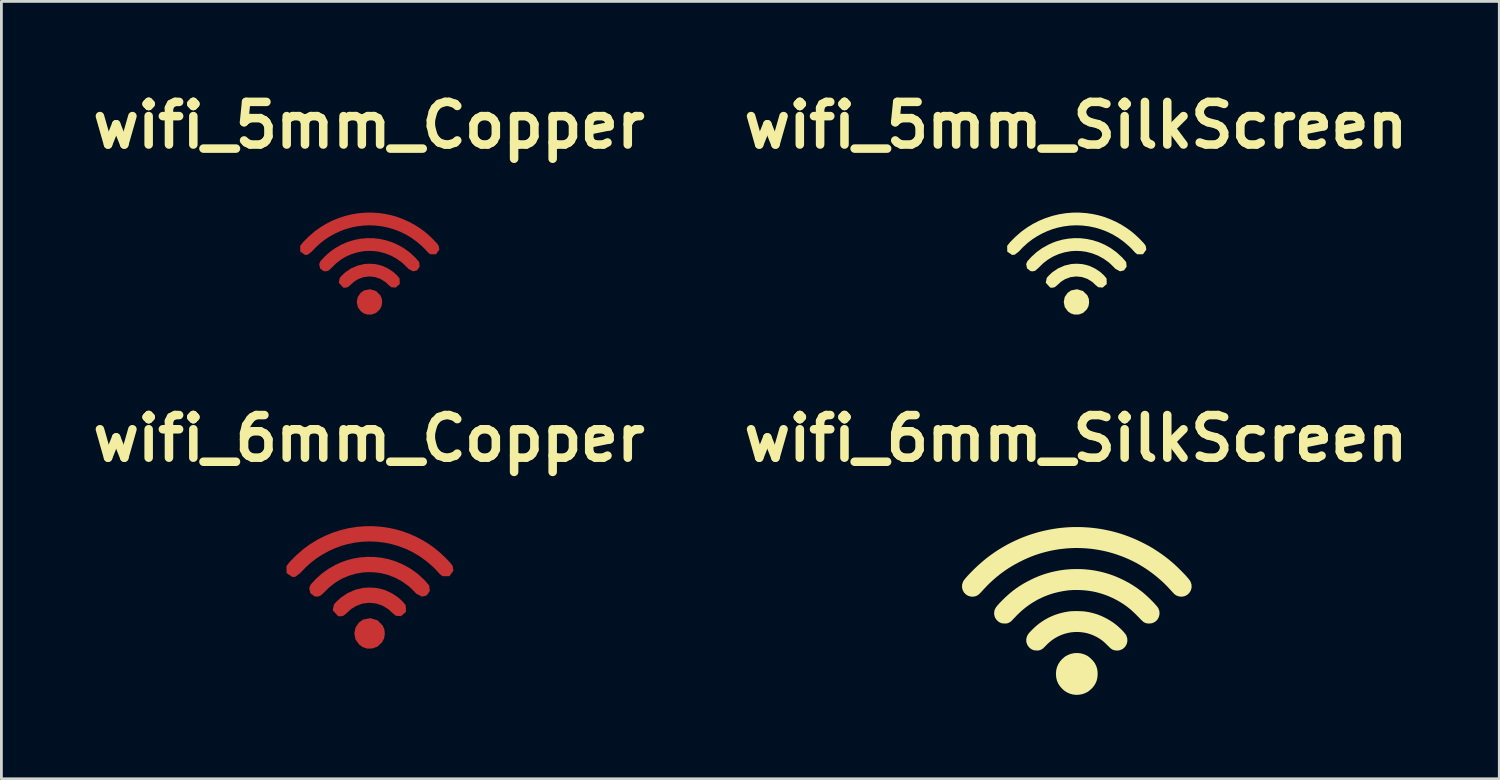
<source format=kicad_pcb>
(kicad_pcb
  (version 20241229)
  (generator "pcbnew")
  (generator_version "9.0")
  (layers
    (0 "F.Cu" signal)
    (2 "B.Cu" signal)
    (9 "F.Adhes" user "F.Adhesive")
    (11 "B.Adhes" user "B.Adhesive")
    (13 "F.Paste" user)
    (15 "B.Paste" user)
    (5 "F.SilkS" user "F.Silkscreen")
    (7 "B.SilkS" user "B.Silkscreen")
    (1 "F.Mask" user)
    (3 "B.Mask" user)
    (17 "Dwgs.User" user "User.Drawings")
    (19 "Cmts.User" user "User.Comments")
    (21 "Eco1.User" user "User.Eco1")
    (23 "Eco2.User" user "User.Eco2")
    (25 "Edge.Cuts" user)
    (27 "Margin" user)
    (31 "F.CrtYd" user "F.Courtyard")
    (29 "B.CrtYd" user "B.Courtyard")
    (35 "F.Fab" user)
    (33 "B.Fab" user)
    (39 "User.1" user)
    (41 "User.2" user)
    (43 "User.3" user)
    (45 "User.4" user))
  (footprint "wifi_6mm_SilkScreen"
    (layer "F.Cu")
    (at 35.41 18.739)
    (property "Reference" "wifi_6mm_SilkScreen" (at 0 -6.118 0) (layer "F.SilkS") (effects (font (size 1.524 1.524) (thickness 0.305))))
    (attr exclude_from_pos_files exclude_from_bom)
    (fp_poly (pts (xy -0.098 3.039) (xy -0.203 3.012) (xy -0.301 2.971) (xy -0.393 2.916) (xy -0.477 2.846) (xy -0.563 2.753) (xy -0.63 2.652) (xy -0.677 2.544) (xy -0.705 2.427) (xy -0.714 2.301) (xy -0.705 2.177) (xy -0.678 2.062) (xy -0.632 1.955) (xy -0.568 1.855) (xy -0.486 1.764) (xy -0.387 1.68) (xy -0.283 1.622) (xy -0.169 1.58) (xy -0.05 1.557) (xy 0.07 1.554) (xy 0.189 1.569) (xy 0.306 1.604) (xy 0.418 1.658) (xy 0.507 1.727) (xy 0.605 1.824) (xy 0.674 1.915) (xy 0.725 2.016) (xy 0.758 2.114) (xy 0.774 2.218) (xy 0.776 2.334) (xy 0.765 2.447) (xy 0.74 2.548) (xy 0.699 2.643) (xy 0.64 2.738) (xy 0.576 2.812) (xy 0.494 2.888) (xy 0.417 2.945) (xy 0.321 2.992) (xy 0.218 3.026) (xy 0.113 3.045) (xy 0.006 3.05) (xy -0.098 3.039)) (stroke (width 0) (type solid)) (fill yes) (layer "F.SilkS"))
    (fp_poly (pts (xy -1.511 1.454) (xy -1.603 1.411) (xy -1.68 1.345) (xy -1.737 1.263) (xy -1.771 1.167) (xy -1.776 1.071) (xy -1.755 0.972) (xy -1.711 0.883) (xy -1.657 0.818) (xy -1.572 0.729) (xy -1.477 0.637) (xy -1.391 0.561) (xy -1.292 0.484) (xy -1.19 0.414) (xy -1.086 0.349) (xy -0.978 0.291) (xy -0.867 0.239) (xy -0.754 0.193) (xy -0.637 0.154) (xy -0.516 0.12) (xy -0.393 0.092) (xy -0.265 0.07) (xy -0.158 0.059) (xy -0.027 0.055) (xy 0.113 0.056) (xy 0.245 0.062) (xy 0.355 0.074) (xy 0.468 0.094) (xy 0.583 0.12) (xy 0.694 0.151) (xy 0.795 0.184) (xy 0.902 0.227) (xy 1.014 0.279) (xy 1.126 0.338) (xy 1.235 0.402) (xy 1.337 0.469) (xy 1.428 0.537) (xy 1.523 0.617) (xy 1.615 0.704) (xy 1.697 0.789) (xy 1.761 0.865) (xy 1.801 0.924) (xy 1.836 1.033) (xy 1.839 1.142) (xy 1.81 1.246) (xy 1.755 1.337) (xy 1.674 1.409) (xy 1.571 1.454) (xy 1.483 1.467) (xy 1.393 1.46) (xy 1.311 1.434) (xy 1.241 1.389) (xy 1.135 1.286) (xy 1.034 1.188) (xy 0.959 1.121) (xy 0.858 1.049) (xy 0.753 0.986) (xy 0.645 0.932) (xy 0.533 0.887) (xy 0.418 0.851) (xy 0.302 0.825) (xy 0.184 0.809) (xy 0.065 0.801) (xy -0.055 0.804) (xy -0.174 0.815) (xy -0.292 0.837) (xy -0.408 0.868) (xy -0.523 0.909) (xy -0.634 0.959) (xy -0.736 1.015) (xy -0.831 1.076) (xy -0.92 1.145) (xy -1.007 1.222) (xy -1.094 1.311) (xy -1.173 1.389) (xy -1.24 1.431) (xy -1.307 1.458) (xy -1.388 1.465) (xy -1.511 1.454)) (stroke (width 0) (type solid)) (fill yes) (layer "F.SilkS"))
    (fp_poly (pts (xy -2.66 0.49) (xy -2.758 0.442) (xy -2.837 0.371) (xy -2.893 0.282) (xy -2.922 0.181) (xy -2.92 0.075) (xy -2.903 0.008) (xy -2.872 -0.057) (xy -2.818 -0.131) (xy -2.734 -0.226) (xy -2.609 -0.353) (xy -2.519 -0.441) (xy -2.428 -0.524) (xy -2.336 -0.603) (xy -2.244 -0.677) (xy -2.149 -0.748) (xy -2.053 -0.815) (xy -1.953 -0.879) (xy -1.85 -0.94) (xy -1.743 -0.999) (xy -1.632 -1.056) (xy -1.523 -1.109) (xy -1.427 -1.152) (xy -1.336 -1.19) (xy -1.243 -1.225) (xy -1.141 -1.261) (xy -1.021 -1.298) (xy -0.9 -1.332) (xy -0.777 -1.361) (xy -0.653 -1.386) (xy -0.528 -1.407) (xy -0.403 -1.424) (xy -0.276 -1.436) (xy -0.15 -1.444) (xy -0.023 -1.448) (xy 0.104 -1.448) (xy 0.231 -1.444) (xy 0.357 -1.435) (xy 0.483 -1.422) (xy 0.609 -1.405) (xy 0.733 -1.383) (xy 0.857 -1.358) (xy 0.98 -1.328) (xy 1.103 -1.293) (xy 1.221 -1.256) (xy 1.336 -1.215) (xy 1.45 -1.17) (xy 1.566 -1.119) (xy 1.688 -1.061) (xy 1.798 -1.004) (xy 1.902 -0.948) (xy 2.001 -0.889) (xy 2.098 -0.827) (xy 2.194 -0.762) (xy 2.29 -0.691) (xy 2.388 -0.615) (xy 2.478 -0.538) (xy 2.577 -0.448) (xy 2.677 -0.352) (xy 2.771 -0.256) (xy 2.852 -0.167) (xy 2.914 -0.094) (xy 2.95 -0.042) (xy 2.985 0.064) (xy 2.988 0.173) (xy 2.96 0.278) (xy 2.905 0.371) (xy 2.823 0.444) (xy 2.716 0.491) (xy 2.592 0.501) (xy 2.495 0.486) (xy 2.413 0.443) (xy 2.325 0.361) (xy 2.239 0.271) (xy 2.153 0.184) (xy 2.07 0.104) (xy 1.996 0.035) (xy 1.934 -0.019) (xy 1.836 -0.096) (xy 1.734 -0.17) (xy 1.629 -0.239) (xy 1.522 -0.303) (xy 1.413 -0.363) (xy 1.301 -0.418) (xy 1.186 -0.469) (xy 1.07 -0.515) (xy 0.952 -0.556) (xy 0.833 -0.592) (xy 0.712 -0.623) (xy 0.59 -0.649) (xy 0.469 -0.668) (xy 0.341 -0.684) (xy 0.209 -0.694) (xy 0.077 -0.699) (xy -0.052 -0.699) (xy -0.175 -0.694) (xy -0.29 -0.684) (xy -0.415 -0.666) (xy -0.539 -0.644) (xy -0.66 -0.618) (xy -0.778 -0.588) (xy -0.895 -0.553) (xy -1.009 -0.513) (xy -1.121 -0.469) (xy -1.23 -0.421) (xy -1.338 -0.369) (xy -1.443 -0.311) (xy -1.546 -0.25) (xy -1.646 -0.184) (xy -1.745 -0.114) (xy -1.841 -0.039) (xy -1.935 0.04) (xy -2.027 0.124) (xy -2.117 0.212) (xy -2.204 0.304) (xy -2.315 0.419) (xy -2.388 0.467) (xy -2.455 0.494) (xy -2.536 0.501) (xy -2.66 0.49)) (stroke (width 0) (type solid)) (fill yes) (layer "F.SilkS"))
    (fp_poly (pts (xy -3.749 -0.462) (xy -3.85 -0.489) (xy -3.935 -0.541) (xy -4.002 -0.612) (xy -4.048 -0.697) (xy -4.071 -0.793) (xy -4.068 -0.893) (xy -4.036 -0.994) (xy -4.006 -1.044) (xy -3.955 -1.109) (xy -3.887 -1.188) (xy -3.805 -1.276) (xy -3.713 -1.371) (xy -3.612 -1.47) (xy -3.507 -1.569) (xy -3.4 -1.665) (xy -3.295 -1.755) (xy -3.195 -1.836) (xy -3.093 -1.914) (xy -2.989 -1.989) (xy -2.884 -2.062) (xy -2.777 -2.132) (xy -2.669 -2.199) (xy -2.559 -2.263) (xy -2.448 -2.325) (xy -2.335 -2.383) (xy -2.222 -2.439) (xy -2.107 -2.492) (xy -1.991 -2.543) (xy -1.873 -2.59) (xy -1.755 -2.635) (xy -1.636 -2.676) (xy -1.516 -2.715) (xy -1.395 -2.751) (xy -1.273 -2.784) (xy -1.15 -2.814) (xy -1.027 -2.841) (xy -0.903 -2.865) (xy -0.779 -2.886) (xy -0.654 -2.905) (xy -0.528 -2.92) (xy -0.402 -2.932) (xy -0.276 -2.941) (xy -0.149 -2.947) (xy -0.022 -2.949) (xy 0.105 -2.949) (xy 0.232 -2.946) (xy 0.36 -2.939) (xy 0.487 -2.93) (xy 0.615 -2.917) (xy 0.746 -2.901) (xy 0.875 -2.882) (xy 1.003 -2.859) (xy 1.129 -2.834) (xy 1.253 -2.806) (xy 1.377 -2.775) (xy 1.499 -2.741) (xy 1.621 -2.704) (xy 1.742 -2.663) (xy 1.862 -2.619) (xy 1.982 -2.572) (xy 2.102 -2.522) (xy 2.222 -2.468) (xy 2.342 -2.41) (xy 2.456 -2.353) (xy 2.558 -2.299) (xy 2.653 -2.247) (xy 2.745 -2.192) (xy 2.839 -2.133) (xy 2.941 -2.066) (xy 3.05 -1.992) (xy 3.154 -1.917) (xy 3.253 -1.842) (xy 3.35 -1.764) (xy 3.445 -1.684) (xy 3.54 -1.599) (xy 3.636 -1.509) (xy 3.734 -1.413) (xy 3.848 -1.297) (xy 3.941 -1.198) (xy 4.014 -1.114) (xy 4.067 -1.047) (xy 4.098 -0.997) (xy 4.134 -0.887) (xy 4.134 -0.775) (xy 4.103 -0.674) (xy 4.049 -0.59) (xy 3.977 -0.524) (xy 3.892 -0.48) (xy 3.797 -0.46) (xy 3.697 -0.466) (xy 3.597 -0.499) (xy 3.535 -0.538) (xy 3.468 -0.606) (xy 3.342 -0.743) (xy 3.253 -0.838) (xy 3.182 -0.91) (xy 3.112 -0.977) (xy 3.012 -1.067) (xy 2.911 -1.154) (xy 2.808 -1.237) (xy 2.704 -1.317) (xy 2.599 -1.393) (xy 2.492 -1.466) (xy 2.383 -1.535) (xy 2.273 -1.601) (xy 2.161 -1.664) (xy 2.048 -1.723) (xy 1.932 -1.779) (xy 1.815 -1.831) (xy 1.696 -1.881) (xy 1.574 -1.927) (xy 1.451 -1.97) (xy 1.328 -2.009) (xy 1.203 -2.045) (xy 1.078 -2.077) (xy 0.952 -2.105) (xy 0.826 -2.129) (xy 0.699 -2.15) (xy 0.571 -2.168) (xy 0.444 -2.181) (xy 0.315 -2.191) (xy 0.187 -2.197) (xy 0.058 -2.2) (xy -0.07 -2.199) (xy -0.199 -2.194) (xy -0.327 -2.186) (xy -0.455 -2.173) (xy -0.583 -2.158) (xy -0.711 -2.138) (xy -0.838 -2.115) (xy -0.965 -2.088) (xy -1.091 -2.057) (xy -1.22 -2.022) (xy -1.344 -1.984) (xy -1.464 -1.944) (xy -1.583 -1.899) (xy -1.702 -1.85) (xy -1.824 -1.796) (xy -1.95 -1.735) (xy -2.066 -1.676) (xy -2.179 -1.615) (xy -2.288 -1.552) (xy -2.396 -1.486) (xy -2.5 -1.417) (xy -2.602 -1.345) (xy -2.703 -1.271) (xy -2.801 -1.193) (xy -2.897 -1.112) (xy -2.992 -1.028) (xy -3.086 -0.94) (xy -3.178 -0.849) (xy -3.269 -0.753) (xy -3.36 -0.654) (xy -3.451 -0.559) (xy -3.522 -0.504) (xy -3.594 -0.474) (xy -3.672 -0.46) (xy -3.749 -0.462)) (stroke (width 0) (type solid)) (fill yes) (layer "F.SilkS")))
  (footprint "wifi_6mm_Copper"
    (layer "F.Cu")
    (at 10.138 17.912)
    (property "Reference" "wifi_6mm_Copper" (at 0 -5.291 0) (layer "F.SilkS") (effects (font (size 1.524 1.524) (thickness 0.305))))
    (attr exclude_from_pos_files exclude_from_bom)
    (fp_poly (pts (xy -0.071 2.221) (xy -0.22 2.171) (xy -0.349 2.08) (xy -0.479 1.899) (xy -0.522 1.681) (xy -0.48 1.467) (xy -0.355 1.289) (xy -0.207 1.185) (xy 0.051 1.135) (xy 0.305 1.211) (xy 0.493 1.4) (xy 0.554 1.545) (xy 0.567 1.705) (xy 0.54 1.862) (xy 0.467 2) (xy 0.305 2.152) (xy 0.121 2.219) (xy -0.071 2.221)) (stroke (width 0) (type solid)) (fill yes) (layer "F.Cu"))
    (fp_poly (pts (xy -1.104 1.063) (xy -1.294 0.853) (xy -1.25 0.645) (xy -1.149 0.533) (xy -1.016 0.41) (xy -0.767 0.241) (xy -0.494 0.121) (xy -0.194 0.051) (xy 0.031 0.04) (xy 0.259 0.054) (xy 0.426 0.088) (xy 0.581 0.134) (xy 0.823 0.247) (xy 1.043 0.392) (xy 1.211 0.546) (xy 1.316 0.675) (xy 1.323 0.91) (xy 1.148 1.063) (xy 0.958 1.048) (xy 0.829 0.94) (xy 0.7 0.819) (xy 0.487 0.688) (xy 0.255 0.61) (xy 0.012 0.585) (xy -0.23 0.615) (xy -0.463 0.701) (xy -0.64 0.811) (xy -0.799 0.958) (xy -0.906 1.046) (xy -1.014 1.07) (xy -1.104 1.063)) (stroke (width 0) (type solid)) (fill yes) (layer "F.Cu"))
    (fp_poly (pts (xy -1.943 0.358) (xy -2.096 0.24) (xy -2.134 0.054) (xy -2.081 -0.068) (xy -1.906 -0.258) (xy -1.685 -0.459) (xy -1.452 -0.627) (xy -1.192 -0.772) (xy -1.009 -0.856) (xy -0.834 -0.921) (xy -0.583 -0.991) (xy -0.325 -1.036) (xy -0.063 -1.057) (xy 0.199 -1.053) (xy 0.46 -1.024) (xy 0.716 -0.97) (xy 0.976 -0.888) (xy 1.233 -0.775) (xy 1.498 -0.627) (xy 1.745 -0.449) (xy 1.991 -0.222) (xy 2.155 -0.031) (xy 2.176 0.166) (xy 2.062 0.325) (xy 1.894 0.366) (xy 1.699 0.264) (xy 1.542 0.104) (xy 1.413 -0.014) (xy 1.19 -0.174) (xy 0.95 -0.306) (xy 0.696 -0.406) (xy 0.431 -0.474) (xy 0.217 -0.502) (xy -0.007 -0.511) (xy -0.212 -0.5) (xy -0.482 -0.452) (xy -0.737 -0.375) (xy -0.978 -0.269) (xy -1.203 -0.135) (xy -1.414 0.029) (xy -1.61 0.222) (xy -1.745 0.341) (xy -1.853 0.366) (xy -1.943 0.358)) (stroke (width 0) (type solid)) (fill yes) (layer "F.Cu"))
    (fp_poly (pts (xy -2.739 -0.337) (xy -2.943 -0.477) (xy -2.949 -0.727) (xy -2.821 -0.889) (xy -2.588 -1.122) (xy -2.335 -1.342) (xy -2.092 -1.517) (xy -1.837 -1.672) (xy -1.573 -1.806) (xy -1.3 -1.919) (xy -1.019 -2.01) (xy -0.732 -2.08) (xy -0.441 -2.127) (xy -0.146 -2.152) (xy 0.151 -2.153) (xy 0.449 -2.131) (xy 0.714 -2.093) (xy 0.97 -2.037) (xy 1.22 -1.964) (xy 1.466 -1.872) (xy 1.711 -1.761) (xy 1.938 -1.642) (xy 2.149 -1.51) (xy 2.353 -1.364) (xy 2.54 -1.21) (xy 2.728 -1.032) (xy 2.908 -0.843) (xy 2.994 -0.729) (xy 3.021 -0.567) (xy 2.876 -0.365) (xy 2.629 -0.365) (xy 2.534 -0.442) (xy 2.377 -0.613) (xy 2.274 -0.714) (xy 2.052 -0.904) (xy 1.821 -1.071) (xy 1.579 -1.216) (xy 1.326 -1.338) (xy 1.06 -1.439) (xy 0.801 -1.514) (xy 0.537 -1.567) (xy 0.271 -1.598) (xy 0.002 -1.607) (xy -0.266 -1.595) (xy -0.533 -1.56) (xy -0.797 -1.503) (xy -1.011 -1.44) (xy -1.215 -1.364) (xy -1.425 -1.268) (xy -1.656 -1.143) (xy -1.872 -1.004) (xy -2.075 -0.848) (xy -2.268 -0.674) (xy -2.455 -0.478) (xy -2.626 -0.346) (xy -2.739 -0.337)) (stroke (width 0) (type solid)) (fill yes) (layer "F.Cu")))
  (footprint "wifi_5mm_Copper"
    (layer "F.Cu")
    (at 10.138 6.344)
    (property "Reference" "wifi_5mm_Copper" (at 0 -4.917 0) (layer "F.SilkS") (effects (font (size 1.524 1.524) (thickness 0.305))))
    (attr exclude_from_pos_files exclude_from_bom)
    (fp_poly (pts (xy -0.059 1.85) (xy -0.183 1.809) (xy -0.291 1.733) (xy -0.399 1.582) (xy -0.435 1.401) (xy -0.4 1.222) (xy -0.296 1.074) (xy -0.173 0.987) (xy 0.042 0.946) (xy 0.254 1.009) (xy 0.411 1.166) (xy 0.461 1.287) (xy 0.472 1.421) (xy 0.45 1.551) (xy 0.389 1.667) (xy 0.254 1.793) (xy 0.101 1.849) (xy -0.059 1.85)) (stroke (width 0) (type solid)) (fill yes) (layer "F.Cu"))
    (fp_poly (pts (xy -0.92 0.886) (xy -1.078 0.711) (xy -1.042 0.538) (xy -0.957 0.444) (xy -0.847 0.341) (xy -0.639 0.201) (xy -0.412 0.101) (xy -0.162 0.043) (xy 0.026 0.033) (xy 0.216 0.045) (xy 0.355 0.073) (xy 0.484 0.112) (xy 0.686 0.206) (xy 0.869 0.327) (xy 1.009 0.455) (xy 1.096 0.563) (xy 1.102 0.759) (xy 0.957 0.886) (xy 0.798 0.873) (xy 0.691 0.783) (xy 0.584 0.682) (xy 0.406 0.573) (xy 0.212 0.508) (xy 0.01 0.488) (xy -0.192 0.513) (xy -0.386 0.584) (xy -0.533 0.676) (xy -0.666 0.798) (xy -0.755 0.871) (xy -0.845 0.892) (xy -0.92 0.886)) (stroke (width 0) (type solid)) (fill yes) (layer "F.Cu"))
    (fp_poly (pts (xy -1.619 0.299) (xy -1.747 0.2) (xy -1.778 0.045) (xy -1.735 -0.056) (xy -1.589 -0.215) (xy -1.404 -0.382) (xy -1.21 -0.522) (xy -0.994 -0.643) (xy -0.841 -0.714) (xy -0.695 -0.768) (xy -0.486 -0.826) (xy -0.271 -0.864) (xy -0.053 -0.881) (xy 0.166 -0.878) (xy 0.383 -0.853) (xy 0.596 -0.808) (xy 0.813 -0.74) (xy 1.028 -0.646) (xy 1.248 -0.523) (xy 1.454 -0.374) (xy 1.659 -0.185) (xy 1.796 -0.026) (xy 1.813 0.138) (xy 1.719 0.271) (xy 1.578 0.305) (xy 1.416 0.22) (xy 1.285 0.087) (xy 1.178 -0.011) (xy 0.992 -0.145) (xy 0.792 -0.255) (xy 0.58 -0.338) (xy 0.359 -0.395) (xy 0.181 -0.419) (xy -0.006 -0.426) (xy -0.176 -0.416) (xy -0.402 -0.376) (xy -0.614 -0.312) (xy -0.815 -0.224) (xy -1.003 -0.112) (xy -1.178 0.024) (xy -1.342 0.185) (xy -1.454 0.284) (xy -1.544 0.305) (xy -1.619 0.299)) (stroke (width 0) (type solid)) (fill yes) (layer "F.Cu"))
    (fp_poly (pts (xy -2.282 -0.281) (xy -2.453 -0.398) (xy -2.458 -0.605) (xy -2.351 -0.741) (xy -2.157 -0.935) (xy -1.946 -1.118) (xy -1.743 -1.264) (xy -1.531 -1.393) (xy -1.311 -1.505) (xy -1.083 -1.599) (xy -0.849 -1.675) (xy -0.61 -1.733) (xy -0.367 -1.772) (xy -0.122 -1.793) (xy 0.126 -1.794) (xy 0.374 -1.776) (xy 0.595 -1.744) (xy 0.808 -1.698) (xy 1.017 -1.637) (xy 1.222 -1.56) (xy 1.426 -1.468) (xy 1.615 -1.368) (xy 1.791 -1.258) (xy 1.961 -1.137) (xy 2.117 -1.008) (xy 2.274 -0.86) (xy 2.424 -0.703) (xy 2.495 -0.607) (xy 2.517 -0.472) (xy 2.396 -0.304) (xy 2.19 -0.304) (xy 2.111 -0.369) (xy 1.981 -0.511) (xy 1.895 -0.595) (xy 1.71 -0.753) (xy 1.517 -0.893) (xy 1.316 -1.013) (xy 1.105 -1.115) (xy 0.884 -1.199) (xy 0.667 -1.262) (xy 0.448 -1.306) (xy 0.226 -1.332) (xy 0.002 -1.34) (xy -0.222 -1.329) (xy -0.444 -1.3) (xy -0.664 -1.253) (xy -0.843 -1.2) (xy -1.012 -1.137) (xy -1.188 -1.057) (xy -1.38 -0.953) (xy -1.56 -0.837) (xy -1.729 -0.707) (xy -1.89 -0.561) (xy -2.046 -0.398) (xy -2.188 -0.289) (xy -2.282 -0.281)) (stroke (width 0) (type solid)) (fill yes) (layer "F.Cu")))
  (footprint "wifi_5mm_SilkScreen"
    (layer "F.Cu")
    (at 35.41 6.344)
    (property "Reference" "wifi_5mm_SilkScreen" (at 0 -4.917 0) (layer "F.SilkS") (effects (font (size 1.524 1.524) (thickness 0.305))))
    (attr exclude_from_pos_files exclude_from_bom)
    (fp_poly (pts (xy -0.059 1.85) (xy -0.183 1.809) (xy -0.291 1.733) (xy -0.399 1.582) (xy -0.435 1.401) (xy -0.4 1.222) (xy -0.296 1.074) (xy -0.173 0.987) (xy 0.042 0.946) (xy 0.254 1.009) (xy 0.411 1.166) (xy 0.461 1.287) (xy 0.472 1.421) (xy 0.45 1.551) (xy 0.389 1.667) (xy 0.254 1.793) (xy 0.101 1.849) (xy -0.059 1.85)) (stroke (width 0) (type solid)) (fill yes) (layer "F.SilkS"))
    (fp_poly (pts (xy -0.92 0.886) (xy -1.078 0.711) (xy -1.042 0.538) (xy -0.957 0.444) (xy -0.847 0.341) (xy -0.639 0.201) (xy -0.412 0.101) (xy -0.162 0.043) (xy 0.026 0.033) (xy 0.216 0.045) (xy 0.355 0.073) (xy 0.484 0.112) (xy 0.686 0.206) (xy 0.869 0.327) (xy 1.009 0.455) (xy 1.096 0.563) (xy 1.102 0.759) (xy 0.957 0.886) (xy 0.798 0.873) (xy 0.691 0.783) (xy 0.584 0.682) (xy 0.406 0.573) (xy 0.212 0.508) (xy 0.01 0.488) (xy -0.192 0.513) (xy -0.386 0.584) (xy -0.533 0.676) (xy -0.666 0.798) (xy -0.755 0.871) (xy -0.845 0.892) (xy -0.92 0.886)) (stroke (width 0) (type solid)) (fill yes) (layer "F.SilkS"))
    (fp_poly (pts (xy -1.619 0.299) (xy -1.747 0.2) (xy -1.778 0.045) (xy -1.735 -0.056) (xy -1.589 -0.215) (xy -1.404 -0.382) (xy -1.21 -0.522) (xy -0.994 -0.643) (xy -0.841 -0.714) (xy -0.695 -0.768) (xy -0.486 -0.826) (xy -0.271 -0.864) (xy -0.053 -0.881) (xy 0.166 -0.878) (xy 0.383 -0.853) (xy 0.596 -0.808) (xy 0.813 -0.74) (xy 1.028 -0.646) (xy 1.248 -0.523) (xy 1.454 -0.374) (xy 1.659 -0.185) (xy 1.796 -0.026) (xy 1.813 0.138) (xy 1.719 0.271) (xy 1.578 0.305) (xy 1.416 0.22) (xy 1.285 0.087) (xy 1.178 -0.011) (xy 0.992 -0.145) (xy 0.792 -0.255) (xy 0.58 -0.338) (xy 0.359 -0.395) (xy 0.181 -0.419) (xy -0.006 -0.426) (xy -0.176 -0.416) (xy -0.402 -0.376) (xy -0.614 -0.312) (xy -0.815 -0.224) (xy -1.003 -0.112) (xy -1.178 0.024) (xy -1.342 0.185) (xy -1.454 0.284) (xy -1.544 0.305) (xy -1.619 0.299)) (stroke (width 0) (type solid)) (fill yes) (layer "F.SilkS"))
    (fp_poly (pts (xy -2.282 -0.281) (xy -2.453 -0.398) (xy -2.458 -0.605) (xy -2.351 -0.741) (xy -2.157 -0.935) (xy -1.946 -1.118) (xy -1.743 -1.264) (xy -1.531 -1.393) (xy -1.311 -1.505) (xy -1.083 -1.599) (xy -0.849 -1.675) (xy -0.61 -1.733) (xy -0.367 -1.772) (xy -0.122 -1.793) (xy 0.126 -1.794) (xy 0.374 -1.776) (xy 0.595 -1.744) (xy 0.808 -1.698) (xy 1.017 -1.637) (xy 1.222 -1.56) (xy 1.426 -1.468) (xy 1.615 -1.368) (xy 1.791 -1.258) (xy 1.961 -1.137) (xy 2.117 -1.008) (xy 2.274 -0.86) (xy 2.424 -0.703) (xy 2.495 -0.607) (xy 2.517 -0.472) (xy 2.396 -0.304) (xy 2.19 -0.304) (xy 2.111 -0.369) (xy 1.981 -0.511) (xy 1.895 -0.595) (xy 1.71 -0.753) (xy 1.517 -0.893) (xy 1.316 -1.013) (xy 1.105 -1.115) (xy 0.884 -1.199) (xy 0.667 -1.262) (xy 0.448 -1.306) (xy 0.226 -1.332) (xy 0.002 -1.34) (xy -0.222 -1.329) (xy -0.444 -1.3) (xy -0.664 -1.253) (xy -0.843 -1.2) (xy -1.012 -1.137) (xy -1.188 -1.057) (xy -1.38 -0.953) (xy -1.56 -0.837) (xy -1.729 -0.707) (xy -1.89 -0.561) (xy -2.046 -0.398) (xy -2.188 -0.289) (xy -2.282 -0.281)) (stroke (width 0) (type solid)) (fill yes) (layer "F.SilkS")))
  (gr_rect
    (start -3 -3)
    (end 50.544 24.789)
    (stroke (width 0.1) (type default))
    (fill no)
    (layer "Edge.Cuts")))
</source>
